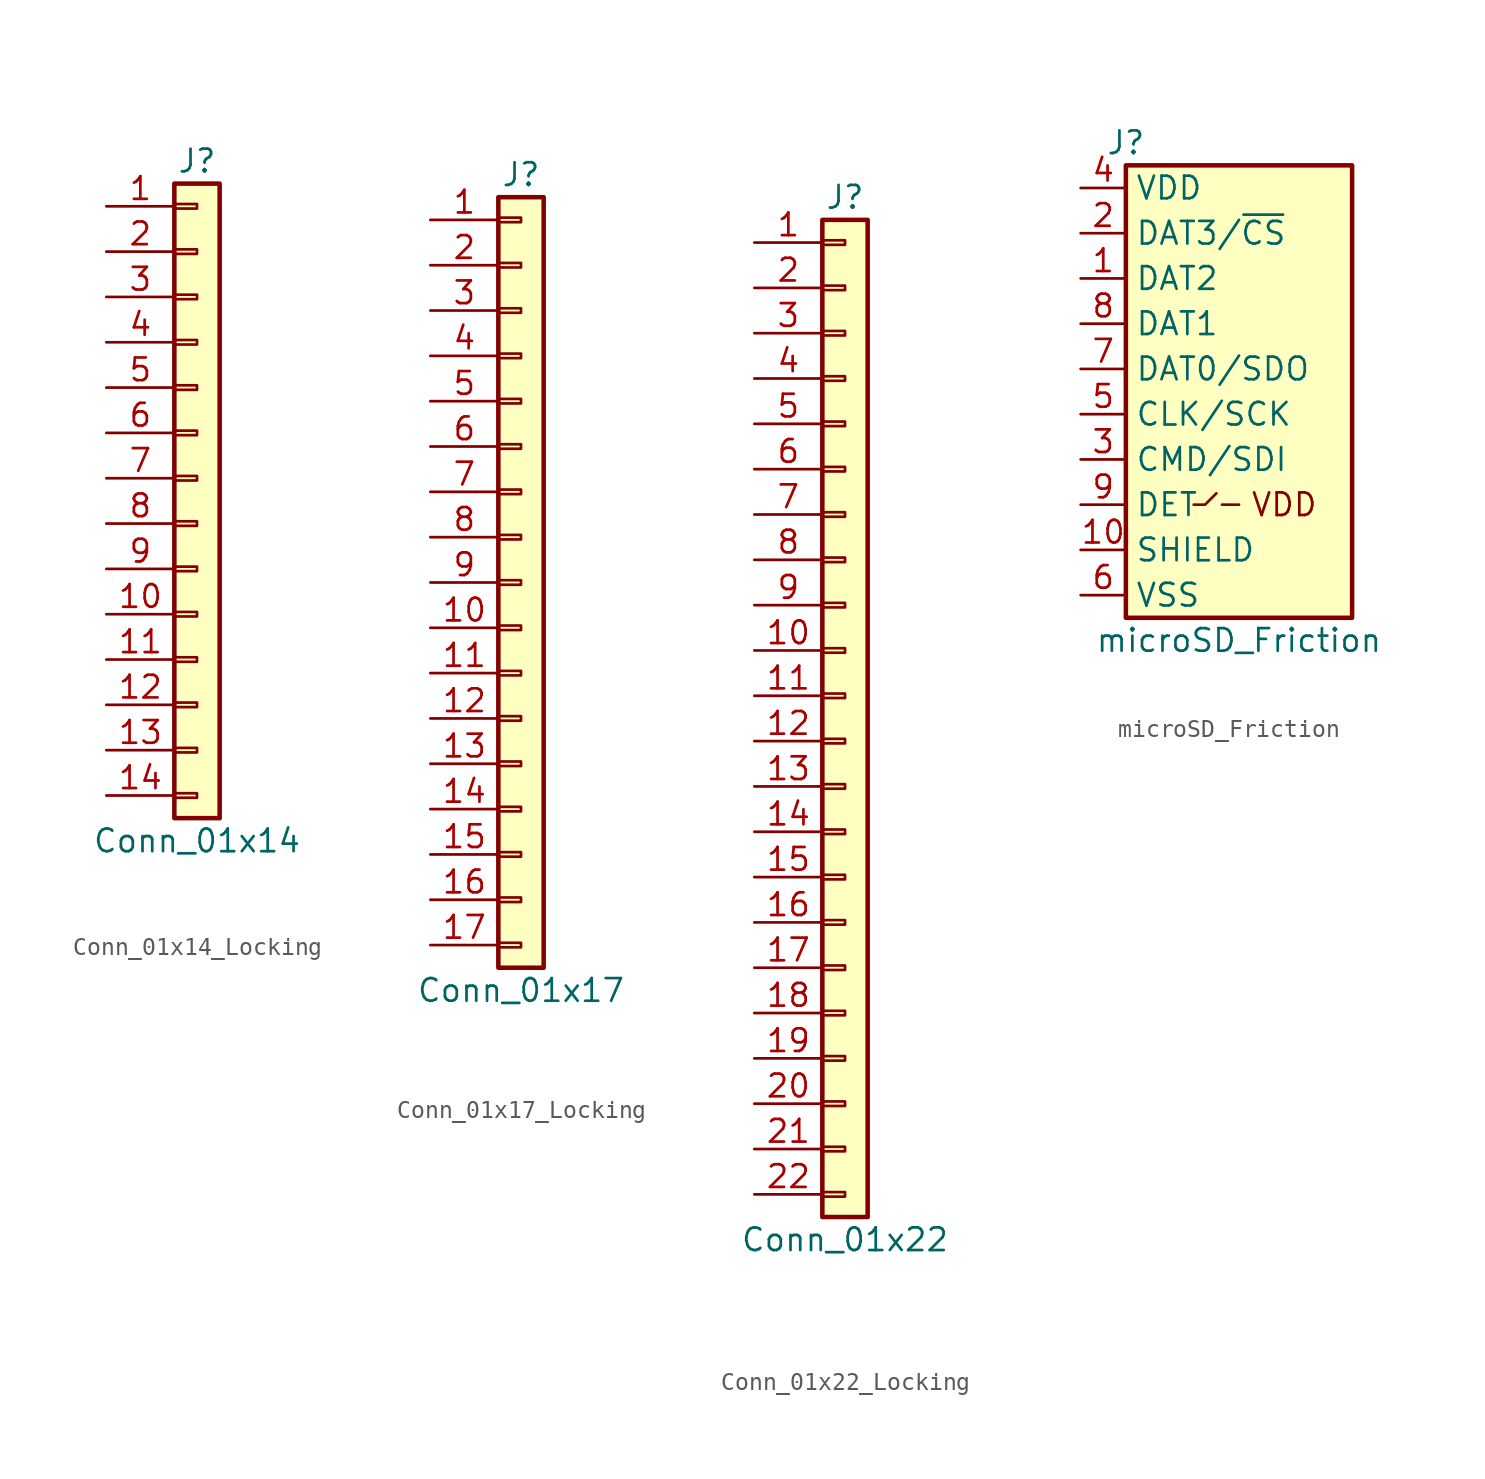
<source format=kicad_sym>
(kicad_symbol_lib
  (version 20231120)
  (generator "kicad_symbol_editor")
  (generator_version "8.0")
  (symbol "Conn_01x14_Locking"
    (pin_names
      (offset 1.016) hide)
    (property "Reference" "J"
      (at 0 17.78 0)
      (effects (font (size 1.27 1.27))))
    (property "Value" "Conn_01x14"
      (at 0 -20.32 0)
      (effects (font (size 1.27 1.27))))
    (symbol "Conn_01x14_Locking_1_1"
      (rectangle (start -1.27 -17.653) (end 0 -17.907) (stroke (width 0.152) (type default)) (fill (type none)))
      (rectangle (start -1.27 -15.113) (end 0 -15.367) (stroke (width 0.152) (type default)) (fill (type none)))
      (rectangle (start -1.27 -12.573) (end 0 -12.827) (stroke (width 0.152) (type default)) (fill (type none)))
      (rectangle (start -1.27 -10.033) (end 0 -10.287) (stroke (width 0.152) (type default)) (fill (type none)))
      (rectangle (start -1.27 -7.493) (end 0 -7.747) (stroke (width 0.152) (type default)) (fill (type none)))
      (rectangle (start -1.27 -4.953) (end 0 -5.207) (stroke (width 0.152) (type default)) (fill (type none)))
      (rectangle (start -1.27 -2.413) (end 0 -2.667) (stroke (width 0.152) (type default)) (fill (type none)))
      (rectangle (start -1.27 0.127) (end 0 -0.127) (stroke (width 0.152) (type default)) (fill (type none)))
      (rectangle (start -1.27 2.667) (end 0 2.413) (stroke (width 0.152) (type default)) (fill (type none)))
      (rectangle (start -1.27 5.207) (end 0 4.953) (stroke (width 0.152) (type default)) (fill (type none)))
      (rectangle (start -1.27 7.747) (end 0 7.493) (stroke (width 0.152) (type default)) (fill (type none)))
      (rectangle (start -1.27 10.287) (end 0 10.033) (stroke (width 0.152) (type default)) (fill (type none)))
      (rectangle (start -1.27 12.827) (end 0 12.573) (stroke (width 0.152) (type default)) (fill (type none)))
      (rectangle (start -1.27 15.367) (end 0 15.113) (stroke (width 0.152) (type default)) (fill (type none)))
      (rectangle (start -1.27 16.51) (end 1.27 -19.05) (stroke (width 0.254) (type default)) (fill (type background)))
      (pin passive line (at -5.08 15.24 0) (length 3.81) (name "Pin_1" (effects (font (size 1.27 1.27)))) (number "1" (effects (font (size 1.27 1.27)))))
      (pin passive line (at -5.08 -7.62 0) (length 3.81) (name "Pin_10" (effects (font (size 1.27 1.27)))) (number "10" (effects (font (size 1.27 1.27)))))
      (pin passive line (at -5.08 -10.16 0) (length 3.81) (name "Pin_11" (effects (font (size 1.27 1.27)))) (number "11" (effects (font (size 1.27 1.27)))))
      (pin passive line (at -5.08 -12.7 0) (length 3.81) (name "Pin_12" (effects (font (size 1.27 1.27)))) (number "12" (effects (font (size 1.27 1.27)))))
      (pin passive line (at -5.08 -15.24 0) (length 3.81) (name "Pin_13" (effects (font (size 1.27 1.27)))) (number "13" (effects (font (size 1.27 1.27)))))
      (pin passive line (at -5.08 -17.78 0) (length 3.81) (name "Pin_14" (effects (font (size 1.27 1.27)))) (number "14" (effects (font (size 1.27 1.27)))))
      (pin passive line (at -5.08 12.7 0) (length 3.81) (name "Pin_2" (effects (font (size 1.27 1.27)))) (number "2" (effects (font (size 1.27 1.27)))))
      (pin passive line (at -5.08 10.16 0) (length 3.81) (name "Pin_3" (effects (font (size 1.27 1.27)))) (number "3" (effects (font (size 1.27 1.27)))))
      (pin passive line (at -5.08 7.62 0) (length 3.81) (name "Pin_4" (effects (font (size 1.27 1.27)))) (number "4" (effects (font (size 1.27 1.27)))))
      (pin passive line (at -5.08 5.08 0) (length 3.81) (name "Pin_5" (effects (font (size 1.27 1.27)))) (number "5" (effects (font (size 1.27 1.27)))))
      (pin passive line (at -5.08 2.54 0) (length 3.81) (name "Pin_6" (effects (font (size 1.27 1.27)))) (number "6" (effects (font (size 1.27 1.27)))))
      (pin passive line (at -5.08 0 0) (length 3.81) (name "Pin_7" (effects (font (size 1.27 1.27)))) (number "7" (effects (font (size 1.27 1.27)))))
      (pin passive line (at -5.08 -2.54 0) (length 3.81) (name "Pin_8" (effects (font (size 1.27 1.27)))) (number "8" (effects (font (size 1.27 1.27)))))
      (pin passive line (at -5.08 -5.08 0) (length 3.81) (name "Pin_9" (effects (font (size 1.27 1.27)))) (number "9" (effects (font (size 1.27 1.27)))))))
  (symbol "Conn_01x17_Locking"
    (pin_names
      (offset 1.016) hide)
    (property "Reference" "J"
      (at 0 22.86 0)
      (effects (font (size 1.27 1.27))))
    (property "Value" "Conn_01x17"
      (at 0 -22.86 0)
      (effects (font (size 1.27 1.27))))
    (symbol "Conn_01x17_Locking_1_1"
      (rectangle (start -1.27 -20.193) (end 0 -20.447) (stroke (width 0.152) (type default)) (fill (type none)))
      (rectangle (start -1.27 -17.653) (end 0 -17.907) (stroke (width 0.152) (type default)) (fill (type none)))
      (rectangle (start -1.27 -15.113) (end 0 -15.367) (stroke (width 0.152) (type default)) (fill (type none)))
      (rectangle (start -1.27 -12.573) (end 0 -12.827) (stroke (width 0.152) (type default)) (fill (type none)))
      (rectangle (start -1.27 -10.033) (end 0 -10.287) (stroke (width 0.152) (type default)) (fill (type none)))
      (rectangle (start -1.27 -7.493) (end 0 -7.747) (stroke (width 0.152) (type default)) (fill (type none)))
      (rectangle (start -1.27 -4.953) (end 0 -5.207) (stroke (width 0.152) (type default)) (fill (type none)))
      (rectangle (start -1.27 -2.413) (end 0 -2.667) (stroke (width 0.152) (type default)) (fill (type none)))
      (rectangle (start -1.27 0.127) (end 0 -0.127) (stroke (width 0.152) (type default)) (fill (type none)))
      (rectangle (start -1.27 2.667) (end 0 2.413) (stroke (width 0.152) (type default)) (fill (type none)))
      (rectangle (start -1.27 5.207) (end 0 4.953) (stroke (width 0.152) (type default)) (fill (type none)))
      (rectangle (start -1.27 7.747) (end 0 7.493) (stroke (width 0.152) (type default)) (fill (type none)))
      (rectangle (start -1.27 10.287) (end 0 10.033) (stroke (width 0.152) (type default)) (fill (type none)))
      (rectangle (start -1.27 12.827) (end 0 12.573) (stroke (width 0.152) (type default)) (fill (type none)))
      (rectangle (start -1.27 15.367) (end 0 15.113) (stroke (width 0.152) (type default)) (fill (type none)))
      (rectangle (start -1.27 17.907) (end 0 17.653) (stroke (width 0.152) (type default)) (fill (type none)))
      (rectangle (start -1.27 20.447) (end 0 20.193) (stroke (width 0.152) (type default)) (fill (type none)))
      (rectangle (start -1.27 21.59) (end 1.27 -21.59) (stroke (width 0.254) (type default)) (fill (type background)))
      (pin passive line (at -5.08 20.32 0) (length 3.81) (name "Pin_1" (effects (font (size 1.27 1.27)))) (number "1" (effects (font (size 1.27 1.27)))))
      (pin passive line (at -5.08 -2.54 0) (length 3.81) (name "Pin_10" (effects (font (size 1.27 1.27)))) (number "10" (effects (font (size 1.27 1.27)))))
      (pin passive line (at -5.08 -5.08 0) (length 3.81) (name "Pin_11" (effects (font (size 1.27 1.27)))) (number "11" (effects (font (size 1.27 1.27)))))
      (pin passive line (at -5.08 -7.62 0) (length 3.81) (name "Pin_12" (effects (font (size 1.27 1.27)))) (number "12" (effects (font (size 1.27 1.27)))))
      (pin passive line (at -5.08 -10.16 0) (length 3.81) (name "Pin_13" (effects (font (size 1.27 1.27)))) (number "13" (effects (font (size 1.27 1.27)))))
      (pin passive line (at -5.08 -12.7 0) (length 3.81) (name "Pin_14" (effects (font (size 1.27 1.27)))) (number "14" (effects (font (size 1.27 1.27)))))
      (pin passive line (at -5.08 -15.24 0) (length 3.81) (name "Pin_15" (effects (font (size 1.27 1.27)))) (number "15" (effects (font (size 1.27 1.27)))))
      (pin passive line (at -5.08 -17.78 0) (length 3.81) (name "Pin_16" (effects (font (size 1.27 1.27)))) (number "16" (effects (font (size 1.27 1.27)))))
      (pin passive line (at -5.08 -20.32 0) (length 3.81) (name "Pin_17" (effects (font (size 1.27 1.27)))) (number "17" (effects (font (size 1.27 1.27)))))
      (pin passive line (at -5.08 17.78 0) (length 3.81) (name "Pin_2" (effects (font (size 1.27 1.27)))) (number "2" (effects (font (size 1.27 1.27)))))
      (pin passive line (at -5.08 15.24 0) (length 3.81) (name "Pin_3" (effects (font (size 1.27 1.27)))) (number "3" (effects (font (size 1.27 1.27)))))
      (pin passive line (at -5.08 12.7 0) (length 3.81) (name "Pin_4" (effects (font (size 1.27 1.27)))) (number "4" (effects (font (size 1.27 1.27)))))
      (pin passive line (at -5.08 10.16 0) (length 3.81) (name "Pin_5" (effects (font (size 1.27 1.27)))) (number "5" (effects (font (size 1.27 1.27)))))
      (pin passive line (at -5.08 7.62 0) (length 3.81) (name "Pin_6" (effects (font (size 1.27 1.27)))) (number "6" (effects (font (size 1.27 1.27)))))
      (pin passive line (at -5.08 5.08 0) (length 3.81) (name "Pin_7" (effects (font (size 1.27 1.27)))) (number "7" (effects (font (size 1.27 1.27)))))
      (pin passive line (at -5.08 2.54 0) (length 3.81) (name "Pin_8" (effects (font (size 1.27 1.27)))) (number "8" (effects (font (size 1.27 1.27)))))
      (pin passive line (at -5.08 0 0) (length 3.81) (name "Pin_9" (effects (font (size 1.27 1.27)))) (number "9" (effects (font (size 1.27 1.27)))))))
  (symbol "Conn_01x22_Locking"
    (pin_names
      (offset 1.016) hide)
    (property "Reference" "J"
      (at 0 27.94 0)
      (effects (font (size 1.27 1.27))))
    (property "Value" "Conn_01x22"
      (at 0 -30.48 0)
      (effects (font (size 1.27 1.27))))
    (symbol "Conn_01x22_Locking_1_1"
      (rectangle (start -1.27 -27.813) (end 0 -28.067) (stroke (width 0.152) (type default)) (fill (type none)))
      (rectangle (start -1.27 -25.273) (end 0 -25.527) (stroke (width 0.152) (type default)) (fill (type none)))
      (rectangle (start -1.27 -22.733) (end 0 -22.987) (stroke (width 0.152) (type default)) (fill (type none)))
      (rectangle (start -1.27 -20.193) (end 0 -20.447) (stroke (width 0.152) (type default)) (fill (type none)))
      (rectangle (start -1.27 -17.653) (end 0 -17.907) (stroke (width 0.152) (type default)) (fill (type none)))
      (rectangle (start -1.27 -15.113) (end 0 -15.367) (stroke (width 0.152) (type default)) (fill (type none)))
      (rectangle (start -1.27 -12.573) (end 0 -12.827) (stroke (width 0.152) (type default)) (fill (type none)))
      (rectangle (start -1.27 -10.033) (end 0 -10.287) (stroke (width 0.152) (type default)) (fill (type none)))
      (rectangle (start -1.27 -7.493) (end 0 -7.747) (stroke (width 0.152) (type default)) (fill (type none)))
      (rectangle (start -1.27 -4.953) (end 0 -5.207) (stroke (width 0.152) (type default)) (fill (type none)))
      (rectangle (start -1.27 -2.413) (end 0 -2.667) (stroke (width 0.152) (type default)) (fill (type none)))
      (rectangle (start -1.27 0.127) (end 0 -0.127) (stroke (width 0.152) (type default)) (fill (type none)))
      (rectangle (start -1.27 2.667) (end 0 2.413) (stroke (width 0.152) (type default)) (fill (type none)))
      (rectangle (start -1.27 5.207) (end 0 4.953) (stroke (width 0.152) (type default)) (fill (type none)))
      (rectangle (start -1.27 7.747) (end 0 7.493) (stroke (width 0.152) (type default)) (fill (type none)))
      (rectangle (start -1.27 10.287) (end 0 10.033) (stroke (width 0.152) (type default)) (fill (type none)))
      (rectangle (start -1.27 12.827) (end 0 12.573) (stroke (width 0.152) (type default)) (fill (type none)))
      (rectangle (start -1.27 15.367) (end 0 15.113) (stroke (width 0.152) (type default)) (fill (type none)))
      (rectangle (start -1.27 17.907) (end 0 17.653) (stroke (width 0.152) (type default)) (fill (type none)))
      (rectangle (start -1.27 20.447) (end 0 20.193) (stroke (width 0.152) (type default)) (fill (type none)))
      (rectangle (start -1.27 22.987) (end 0 22.733) (stroke (width 0.152) (type default)) (fill (type none)))
      (rectangle (start -1.27 25.527) (end 0 25.273) (stroke (width 0.152) (type default)) (fill (type none)))
      (rectangle (start -1.27 26.67) (end 1.27 -29.21) (stroke (width 0.254) (type default)) (fill (type background)))
      (pin passive line (at -5.08 25.4 0) (length 3.81) (name "Pin_1" (effects (font (size 1.27 1.27)))) (number "1" (effects (font (size 1.27 1.27)))))
      (pin passive line (at -5.08 2.54 0) (length 3.81) (name "Pin_10" (effects (font (size 1.27 1.27)))) (number "10" (effects (font (size 1.27 1.27)))))
      (pin passive line (at -5.08 0 0) (length 3.81) (name "Pin_11" (effects (font (size 1.27 1.27)))) (number "11" (effects (font (size 1.27 1.27)))))
      (pin passive line (at -5.08 -2.54 0) (length 3.81) (name "Pin_12" (effects (font (size 1.27 1.27)))) (number "12" (effects (font (size 1.27 1.27)))))
      (pin passive line (at -5.08 -5.08 0) (length 3.81) (name "Pin_13" (effects (font (size 1.27 1.27)))) (number "13" (effects (font (size 1.27 1.27)))))
      (pin passive line (at -5.08 -7.62 0) (length 3.81) (name "Pin_14" (effects (font (size 1.27 1.27)))) (number "14" (effects (font (size 1.27 1.27)))))
      (pin passive line (at -5.08 -10.16 0) (length 3.81) (name "Pin_15" (effects (font (size 1.27 1.27)))) (number "15" (effects (font (size 1.27 1.27)))))
      (pin passive line (at -5.08 -12.7 0) (length 3.81) (name "Pin_16" (effects (font (size 1.27 1.27)))) (number "16" (effects (font (size 1.27 1.27)))))
      (pin passive line (at -5.08 -15.24 0) (length 3.81) (name "Pin_17" (effects (font (size 1.27 1.27)))) (number "17" (effects (font (size 1.27 1.27)))))
      (pin passive line (at -5.08 -17.78 0) (length 3.81) (name "Pin_18" (effects (font (size 1.27 1.27)))) (number "18" (effects (font (size 1.27 1.27)))))
      (pin passive line (at -5.08 -20.32 0) (length 3.81) (name "Pin_19" (effects (font (size 1.27 1.27)))) (number "19" (effects (font (size 1.27 1.27)))))
      (pin passive line (at -5.08 22.86 0) (length 3.81) (name "Pin_2" (effects (font (size 1.27 1.27)))) (number "2" (effects (font (size 1.27 1.27)))))
      (pin passive line (at -5.08 -22.86 0) (length 3.81) (name "Pin_20" (effects (font (size 1.27 1.27)))) (number "20" (effects (font (size 1.27 1.27)))))
      (pin passive line (at -5.08 -25.4 0) (length 3.81) (name "Pin_21" (effects (font (size 1.27 1.27)))) (number "21" (effects (font (size 1.27 1.27)))))
      (pin passive line (at -5.08 -27.94 0) (length 3.81) (name "Pin_22" (effects (font (size 1.27 1.27)))) (number "22" (effects (font (size 1.27 1.27)))))
      (pin passive line (at -5.08 20.32 0) (length 3.81) (name "Pin_3" (effects (font (size 1.27 1.27)))) (number "3" (effects (font (size 1.27 1.27)))))
      (pin passive line (at -5.08 17.78 0) (length 3.81) (name "Pin_4" (effects (font (size 1.27 1.27)))) (number "4" (effects (font (size 1.27 1.27)))))
      (pin passive line (at -5.08 15.24 0) (length 3.81) (name "Pin_5" (effects (font (size 1.27 1.27)))) (number "5" (effects (font (size 1.27 1.27)))))
      (pin passive line (at -5.08 12.7 0) (length 3.81) (name "Pin_6" (effects (font (size 1.27 1.27)))) (number "6" (effects (font (size 1.27 1.27)))))
      (pin passive line (at -5.08 10.16 0) (length 3.81) (name "Pin_7" (effects (font (size 1.27 1.27)))) (number "7" (effects (font (size 1.27 1.27)))))
      (pin passive line (at -5.08 7.62 0) (length 3.81) (name "Pin_8" (effects (font (size 1.27 1.27)))) (number "8" (effects (font (size 1.27 1.27)))))
      (pin passive line (at -5.08 5.08 0) (length 3.81) (name "Pin_9" (effects (font (size 1.27 1.27)))) (number "9" (effects (font (size 1.27 1.27)))))))
  (symbol "microSD_Friction"
    (property "Reference" "J"
      (at -6.35 15.24 0)
      (do_not_autoplace)
      (effects (font (size 1.27 1.27))))
    (property "Value" "microSD_Friction"
      (at 0 -12.7 0)
      (do_not_autoplace)
      (effects (font (size 1.27 1.27))))
    (symbol "microSD_Friction_0_1"
      (polyline (pts (xy 0 -5.08) (xy -0.953 -5.08)) (stroke (width 0) (type default)) (fill (type none)))
      (polyline (pts (xy -2.54 -5.08) (xy -1.905 -5.08) (xy -1.27 -4.445)) (stroke (width 0) (type default)) (fill (type none))))
    (symbol "microSD_Friction_1_1"
      (rectangle (start -6.35 13.97) (end 6.35 -11.43) (stroke (width 0.254) (type default)) (fill (type background)))
      (text "VDD" (at 2.54 -5.08 0) (effects (font (size 1.27 1.27))))
      (pin bidirectional line (at -8.89 7.62 0) (length 2.54) (name "DAT2" (effects (font (size 1.27 1.27)))) (number "1" (effects (font (size 1.27 1.27)))))
      (pin passive line (at -8.89 -7.62 0) (length 2.54) (name "SHIELD" (effects (font (size 1.27 1.27)))) (number "10" (effects (font (size 1.27 1.27)))))
      (pin bidirectional line (at -8.89 10.16 0) (length 2.54) (name "DAT3/~{CS}" (effects (font (size 1.27 1.27)))) (number "2" (effects (font (size 1.27 1.27)))))
      (pin input line (at -8.89 -2.54 0) (length 2.54) (name "CMD/SDI" (effects (font (size 1.27 1.27)))) (number "3" (effects (font (size 1.27 1.27)))))
      (pin power_in line (at -8.89 12.7 0) (length 2.54) (name "VDD" (effects (font (size 1.27 1.27)))) (number "4" (effects (font (size 1.27 1.27)))))
      (pin input line (at -8.89 0 0) (length 2.54) (name "CLK/SCK" (effects (font (size 1.27 1.27)))) (number "5" (effects (font (size 1.27 1.27)))))
      (pin power_in line (at -8.89 -10.16 0) (length 2.54) (name "VSS" (effects (font (size 1.27 1.27)))) (number "6" (effects (font (size 1.27 1.27)))))
      (pin bidirectional line (at -8.89 2.54 0) (length 2.54) (name "DAT0/SDO" (effects (font (size 1.27 1.27)))) (number "7" (effects (font (size 1.27 1.27)))))
      (pin bidirectional line (at -8.89 5.08 0) (length 2.54) (name "DAT1" (effects (font (size 1.27 1.27)))) (number "8" (effects (font (size 1.27 1.27)))))
      (pin passive line (at -8.89 -5.08 0) (length 2.54) (name "DET" (effects (font (size 1.27 1.27)))) (number "9" (effects (font (size 1.27 1.27))))))))
</source>
